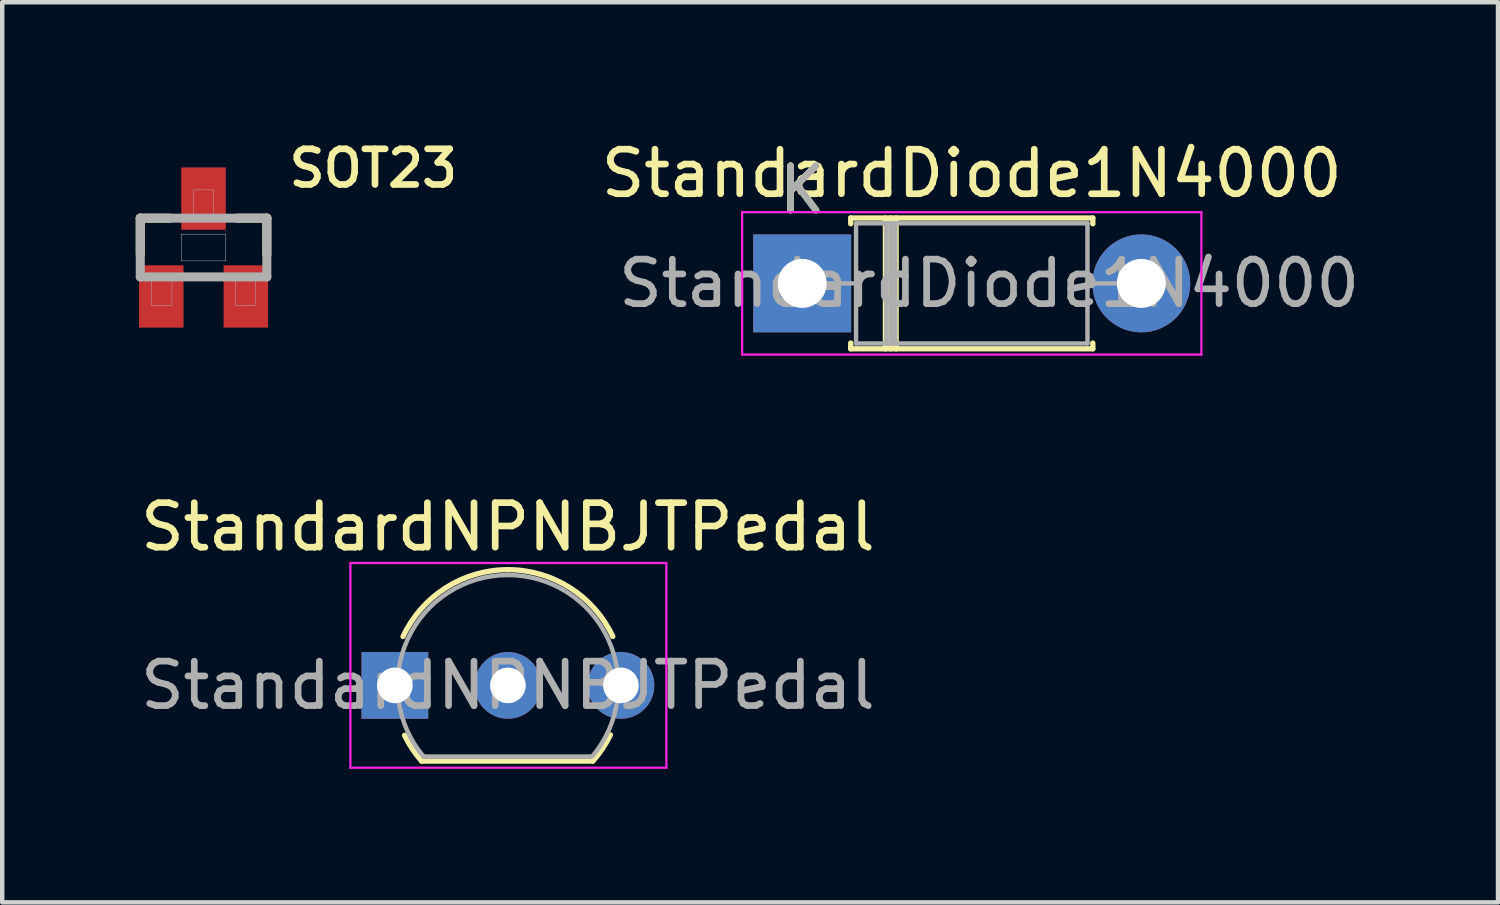
<source format=kicad_pcb>
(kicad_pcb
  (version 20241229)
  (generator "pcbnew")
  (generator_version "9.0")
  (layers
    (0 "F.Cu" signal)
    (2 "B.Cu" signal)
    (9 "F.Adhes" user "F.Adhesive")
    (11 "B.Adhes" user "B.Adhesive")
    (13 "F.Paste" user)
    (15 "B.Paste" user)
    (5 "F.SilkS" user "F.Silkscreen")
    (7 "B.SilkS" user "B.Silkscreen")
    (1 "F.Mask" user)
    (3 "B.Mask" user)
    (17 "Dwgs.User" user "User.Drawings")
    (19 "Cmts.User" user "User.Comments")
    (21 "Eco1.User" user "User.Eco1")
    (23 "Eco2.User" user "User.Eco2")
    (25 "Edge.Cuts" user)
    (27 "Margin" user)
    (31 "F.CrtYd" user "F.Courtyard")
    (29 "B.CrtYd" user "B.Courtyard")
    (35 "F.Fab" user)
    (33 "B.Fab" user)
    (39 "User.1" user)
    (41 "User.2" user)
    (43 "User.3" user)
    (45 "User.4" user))
  (footprint "StandardNPNBJTPedal"
    (layer "F.Cu")
    (at 5.823 12.351)
    (property "Reference" "StandardNPNBJTPedal" (at 2.54 -3.56 180) (layer "F.SilkS") (effects (font (size 1 1) (thickness 0.15))))
    (attr through_hole)
    (fp_line (start 0.6 1.7) (end 4.45 1.7) (stroke (width 0.12) (type solid)) (layer "F.SilkS"))
    (fp_arc (start 0.1836 -1.098807) (mid 1.143021 -2.192817) (end 2.54 -2.6) (stroke (width 0.12) (type solid)) (layer "F.SilkS"))
    (fp_arc (start 0.6 1.7) (mid 0.389183 1.423933) (end 0.217369 1.122045) (stroke (width 0.12) (type solid)) (layer "F.SilkS"))
    (fp_arc (start 2.54 -2.6) (mid 3.936979 -2.192818) (end 4.8964 -1.098807) (stroke (width 0.12) (type solid)) (layer "F.SilkS"))
    (fp_arc (start 4.842383 1.112264) (mid 4.666594 1.419753) (end 4.45 1.7) (stroke (width 0.12) (type solid)) (layer "F.SilkS"))
    (fp_line (start -1 -2.75) (end -1 1.85) (stroke (width 0.05) (type solid)) (layer "F.CrtYd"))
    (fp_line (start -1 -2.75) (end 6.1 -2.75) (stroke (width 0.05) (type solid)) (layer "F.CrtYd"))
    (fp_line (start 6.1 1.85) (end -1 1.85) (stroke (width 0.05) (type solid)) (layer "F.CrtYd"))
    (fp_line (start 6.1 1.85) (end 6.1 -2.75) (stroke (width 0.05) (type solid)) (layer "F.CrtYd"))
    (fp_line (start 0.65 1.6) (end 4.4 1.6) (stroke (width 0.1) (type solid)) (layer "F.Fab"))
    (fp_arc (start 0.647182 1.602385) (mid 0.290076 -1.043188) (end 2.54 -2.48) (stroke (width 0.1) (type solid)) (layer "F.Fab"))
    (fp_arc (start 2.54 -2.48) (mid 4.787211 -1.049019) (end 4.441103 1.592547) (stroke (width 0.1) (type solid)) (layer "F.Fab"))
    (fp_text user "${REFERENCE}" (at 2.54 0 180) (layer "F.Fab") (effects (font (size 1 1) (thickness 0.15))))
    (pad "1" thru_hole rect (at 0 0) (size 1.5 1.5) (drill 0.8) (layers "*.Cu" "*.Mask"))
    (pad "2" thru_hole circle (at 2.54 0) (size 1.5 1.5) (drill 0.8) (layers "*.Cu" "*.Mask"))
    (pad "3" thru_hole circle (at 5.08 0) (size 1.5 1.5) (drill 0.8) (layers "*.Cu" "*.Mask")))
  (footprint "SOT23"
    (layer "F.Cu")
    (at 1.524 2.512)
    (property "Reference" "SOT23" (at 3.814 -1.78 0) (layer "F.SilkS") (effects (font (size 0.801 0.801) (thickness 0.15))))
    (attr smd)
    (fp_line (start -1.422 -0.66) (end -0.764 -0.66) (stroke (width 0.203) (type solid)) (layer "F.SilkS"))
    (fp_line (start -1.422 0.152) (end -1.422 -0.66) (stroke (width 0.203) (type solid)) (layer "F.SilkS"))
    (fp_line (start 0.764 -0.66) (end 1.422 -0.66) (stroke (width 0.203) (type solid)) (layer "F.SilkS"))
    (fp_line (start 1.422 -0.66) (end 1.422 0.152) (stroke (width 0.203) (type solid)) (layer "F.SilkS"))
    (fp_poly (pts (xy -0.501 -0.3) (xy 0.5 -0.3) (xy 0.5 0.3) (xy -0.501 0.3)) (stroke (width 0.01) (type solid)) (fill no) (layer "Dwgs.User"))
    (fp_line (start -1.422 -0.66) (end 1.422 -0.66) (stroke (width 0.203) (type solid)) (layer "F.Fab"))
    (fp_line (start -1.422 0.66) (end -1.422 -0.66) (stroke (width 0.203) (type solid)) (layer "F.Fab"))
    (fp_line (start 1.422 -0.66) (end 1.422 0.66) (stroke (width 0.203) (type solid)) (layer "F.Fab"))
    (fp_line (start 1.422 0.66) (end -1.422 0.66) (stroke (width 0.203) (type solid)) (layer "F.Fab"))
    (fp_poly (pts (xy -1.17 0.711) (xy -0.711 0.711) (xy -0.711 1.297) (xy -1.17 1.297)) (stroke (width 0.01) (type solid)) (fill no) (layer "F.Fab"))
    (fp_poly (pts (xy -0.229 -1.295) (xy 0.229 -1.295) (xy 0.229 -0.712) (xy -0.229 -0.712)) (stroke (width 0.01) (type solid)) (fill no) (layer "F.Fab"))
    (fp_poly (pts (xy 0.713 0.711) (xy 1.168 0.711) (xy 1.168 1.298) (xy 0.713 1.298)) (stroke (width 0.01) (type solid)) (fill no) (layer "F.Fab"))
    (pad "1" smd rect (at -0.95 1.1) (size 1 1.4) (layers "F.Cu" "F.Mask" "F.Paste"))
    (pad "2" smd rect (at 0.95 1.1) (size 1 1.4) (layers "F.Cu" "F.Mask" "F.Paste"))
    (pad "3" smd rect (at 0 -1.1) (size 1 1.4) (layers "F.Cu" "F.Mask" "F.Paste")))
  (footprint "StandardDiode1N4000"
    (layer "F.Cu")
    (at 14.976 3.318)
    (property "Reference" "StandardDiode1N4000" (at 3.81 -2.47 0) (layer "F.SilkS") (effects (font (size 1 1) (thickness 0.15))))
    (attr through_hole)
    (fp_line (start 1.09 -1.47) (end 6.53 -1.47) (stroke (width 0.12) (type solid)) (layer "F.SilkS"))
    (fp_line (start 1.09 -1.34) (end 1.09 -1.47) (stroke (width 0.12) (type solid)) (layer "F.SilkS"))
    (fp_line (start 1.09 1.34) (end 1.09 1.47) (stroke (width 0.12) (type solid)) (layer "F.SilkS"))
    (fp_line (start 1.09 1.47) (end 6.53 1.47) (stroke (width 0.12) (type solid)) (layer "F.SilkS"))
    (fp_line (start 1.87 -1.47) (end 1.87 1.47) (stroke (width 0.12) (type solid)) (layer "F.SilkS"))
    (fp_line (start 1.99 -1.47) (end 1.99 1.47) (stroke (width 0.12) (type solid)) (layer "F.SilkS"))
    (fp_line (start 2.11 -1.47) (end 2.11 1.47) (stroke (width 0.12) (type solid)) (layer "F.SilkS"))
    (fp_line (start 6.53 -1.47) (end 6.53 -1.34) (stroke (width 0.12) (type solid)) (layer "F.SilkS"))
    (fp_line (start 6.53 1.47) (end 6.53 1.34) (stroke (width 0.12) (type solid)) (layer "F.SilkS"))
    (fp_line (start -1.35 -1.6) (end -1.35 1.6) (stroke (width 0.05) (type solid)) (layer "F.CrtYd"))
    (fp_line (start -1.35 1.6) (end 8.97 1.6) (stroke (width 0.05) (type solid)) (layer "F.CrtYd"))
    (fp_line (start 8.97 -1.6) (end -1.35 -1.6) (stroke (width 0.05) (type solid)) (layer "F.CrtYd"))
    (fp_line (start 8.97 1.6) (end 8.97 -1.6) (stroke (width 0.05) (type solid)) (layer "F.CrtYd"))
    (fp_line (start 0 0) (end 1.21 0) (stroke (width 0.1) (type solid)) (layer "F.Fab"))
    (fp_line (start 1.21 -1.35) (end 1.21 1.35) (stroke (width 0.1) (type solid)) (layer "F.Fab"))
    (fp_line (start 1.21 1.35) (end 6.41 1.35) (stroke (width 0.1) (type solid)) (layer "F.Fab"))
    (fp_line (start 1.89 -1.35) (end 1.89 1.35) (stroke (width 0.1) (type solid)) (layer "F.Fab"))
    (fp_line (start 1.99 -1.35) (end 1.99 1.35) (stroke (width 0.1) (type solid)) (layer "F.Fab"))
    (fp_line (start 2.09 -1.35) (end 2.09 1.35) (stroke (width 0.1) (type solid)) (layer "F.Fab"))
    (fp_line (start 6.41 -1.35) (end 1.21 -1.35) (stroke (width 0.1) (type solid)) (layer "F.Fab"))
    (fp_line (start 6.41 1.35) (end 6.41 -1.35) (stroke (width 0.1) (type solid)) (layer "F.Fab"))
    (fp_line (start 7.62 0) (end 6.41 0) (stroke (width 0.1) (type solid)) (layer "F.Fab"))
    (fp_text user "K" (at 0 -2.1 0) (layer "F.SilkS") (effects (font (size 1 1) (thickness 0.15))))
    (fp_text user "K" (at 0 -2.1 0) (layer "F.Fab") (effects (font (size 1 1) (thickness 0.15))))
    (fp_text user "${REFERENCE}" (at 4.2 0 0) (layer "F.Fab") (effects (font (size 1 1) (thickness 0.15))))
    (pad "1" thru_hole rect (at 0 0) (size 2.2 2.2) (drill 1.1) (layers "*.Cu" "*.Mask"))
    (pad "2" thru_hole oval (at 7.62 0) (size 2.2 2.2) (drill 1.1) (layers "*.Cu" "*.Mask")))
  (gr_rect
    (start -3 -3)
    (end 30.611 17.227)
    (stroke (width 0.1) (type default))
    (fill no)
    (layer "Edge.Cuts")))
</source>
